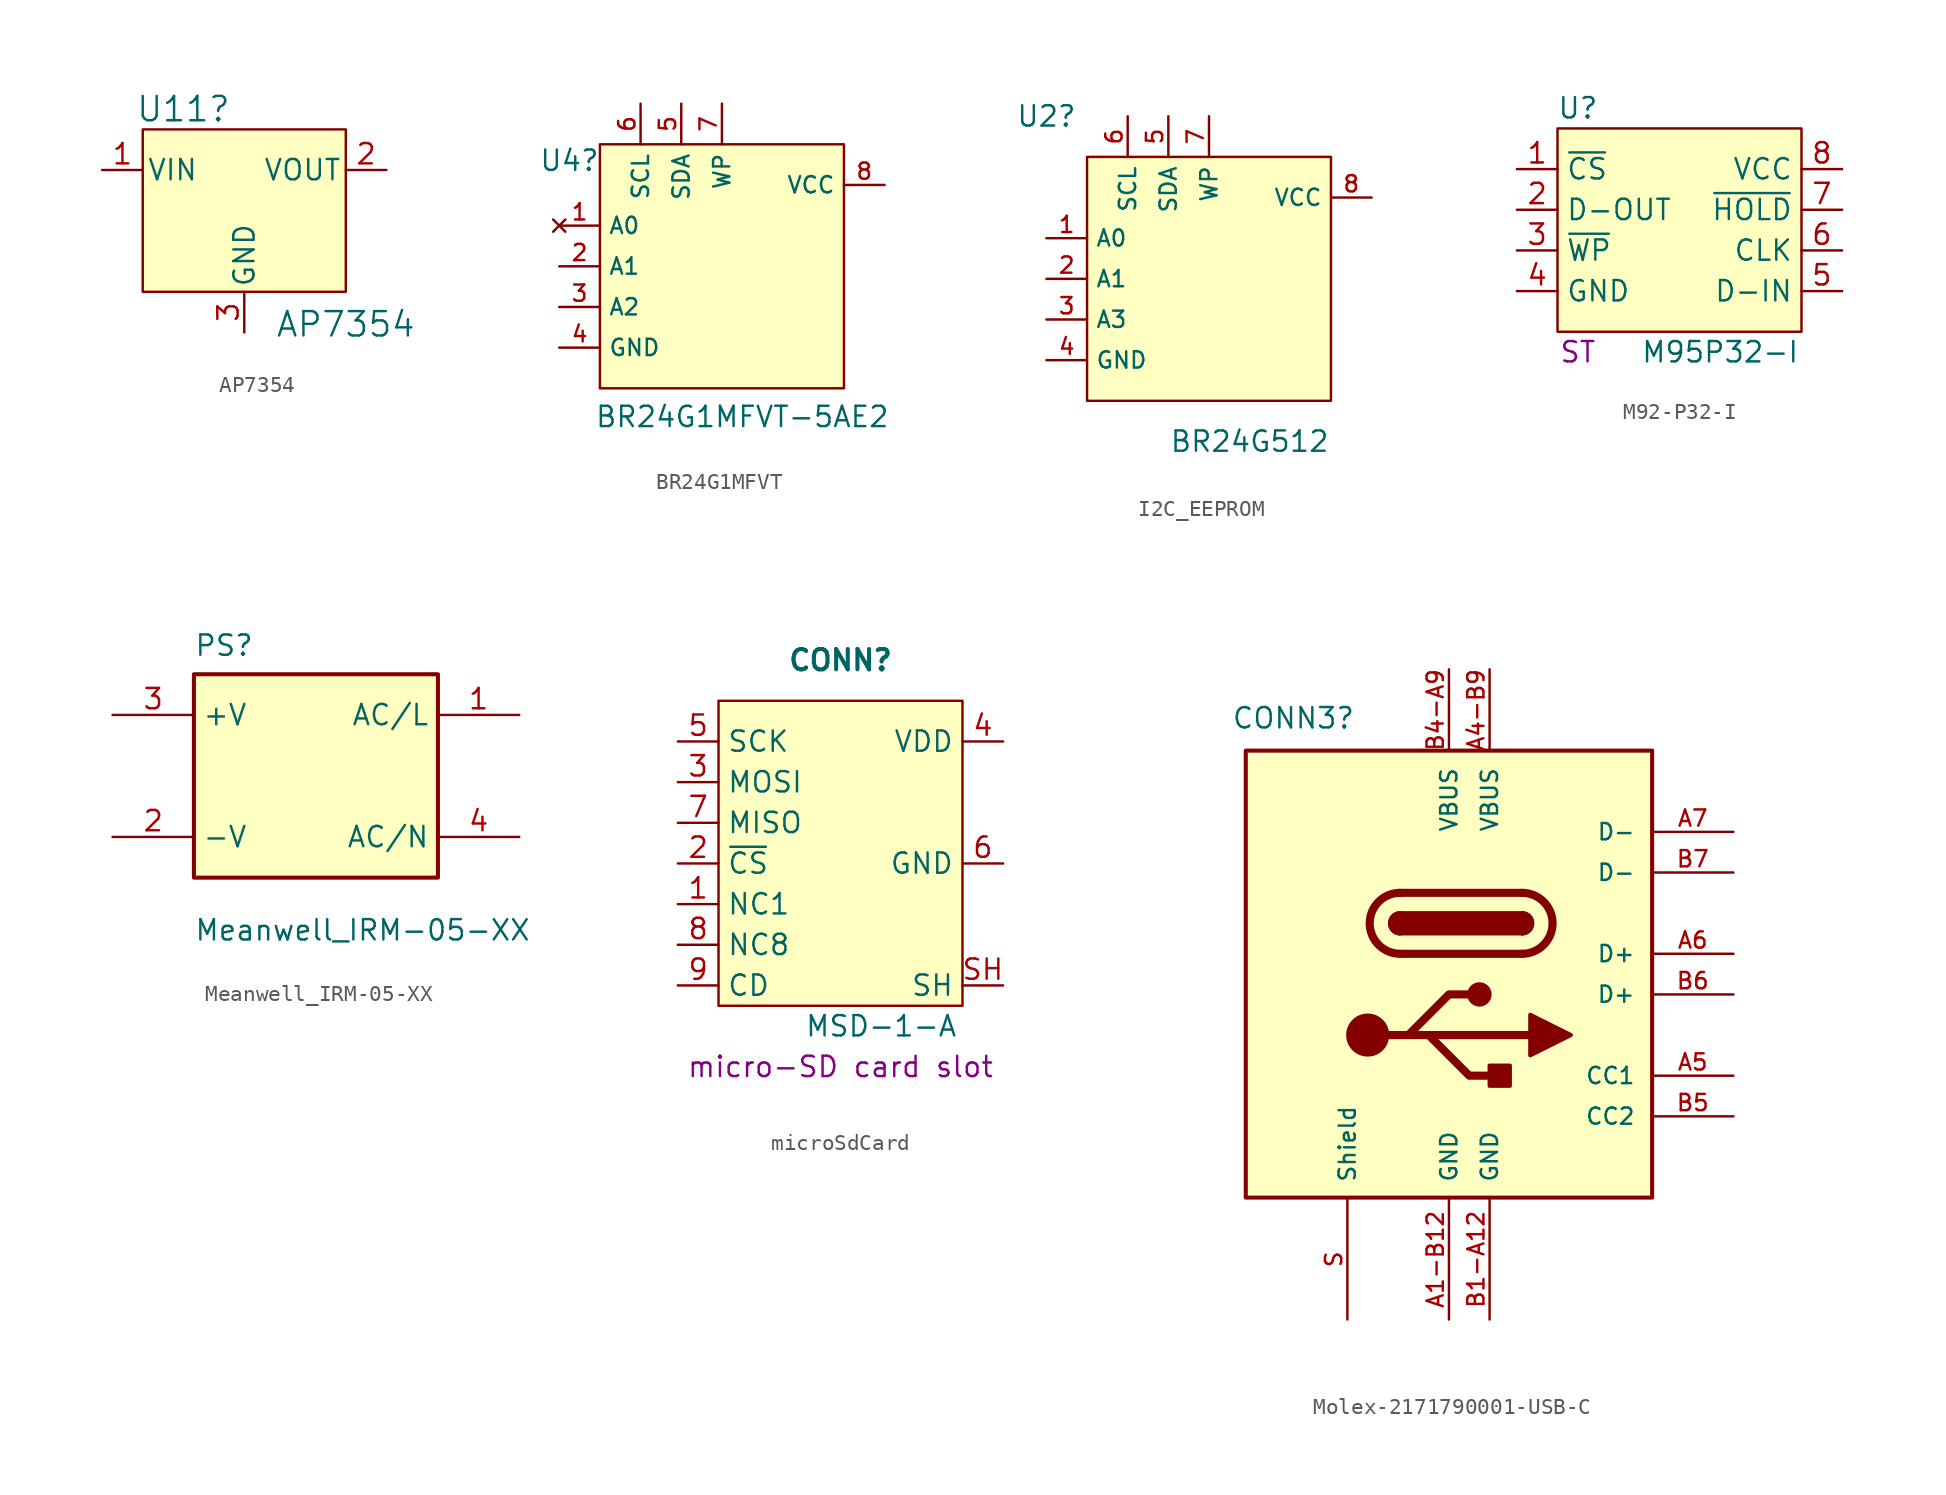
<source format=kicad_sym>
(kicad_symbol_lib
  (version 20231120)
  (generator "kicad_symbol_editor")
  (generator_version "8.0")
  (symbol "AP7354"
    (pin_names
      (offset 0.254))
    (property "Reference" "U11"
      (at -3.81 6.35 0)
      (effects (font (size 1.524 1.524))))
    (property "Value" "AP7354"
      (at 6.35 -7.112 0)
      (effects (font (size 1.524 1.524))))
    (symbol "AP7354_1_1"
      (rectangle (start -6.35 5.08) (end 6.35 -5.08) (stroke (width 0) (type default)) (fill (type background)))
      (pin power_in line (at -8.89 2.54 0) (length 2.54) (name "VIN" (effects (font (size 1.27 1.27)))) (number "1" (effects (font (size 1.27 1.27)))))
      (pin power_out line (at 8.89 2.54 180) (length 2.54) (name "VOUT" (effects (font (size 1.27 1.27)))) (number "2" (effects (font (size 1.27 1.27)))))
      (pin power_in line (at 0 -7.62 90) (length 2.54) (name "GND" (effects (font (size 1.27 1.27)))) (number "3" (effects (font (size 1.27 1.27)))))))
  (symbol "BR24G1MFVT"
    (property "Reference" "U4"
      (at -9.525 6.604 0)
      (effects (font (size 1.27 1.27))))
    (property "Value" "BR24G1MFVT-5AE2"
      (at 1.27 -9.398 0)
      (effects (font (size 1.27 1.27))))
    (symbol "BR24G1MFVT_0_1"
      (rectangle (start -7.62 7.62) (end 7.62 -7.62) (stroke (width 0) (type default)) (fill (type background))))
    (symbol "BR24G1MFVT_1_1"
      (pin no_connect line (at -10.16 2.54 0) (length 2.54) (name "A0" (effects (font (size 1.016 1.016)))) (number "1" (effects (font (size 1.016 1.016)))))
      (pin input line (at -10.16 0 0) (length 2.54) (name "A1" (effects (font (size 1.016 1.016)))) (number "2" (effects (font (size 1.016 1.016)))))
      (pin input line (at -10.16 -2.54 0) (length 2.54) (name "A2" (effects (font (size 1.016 1.016)))) (number "3" (effects (font (size 1.016 1.016)))))
      (pin power_in line (at -10.16 -5.08 0) (length 2.54) (name "GND" (effects (font (size 1.016 1.016)))) (number "4" (effects (font (size 1.016 1.016)))))
      (pin input line (at -2.54 10.16 270) (length 2.54) (name "SDA" (effects (font (size 1.016 1.016)))) (number "5" (effects (font (size 1.016 1.016)))))
      (pin input line (at -5.08 10.16 270) (length 2.54) (name "SCL" (effects (font (size 1.016 1.016)))) (number "6" (effects (font (size 1.016 1.016)))))
      (pin input line (at 0 10.16 270) (length 2.54) (name "WP" (effects (font (size 1.016 1.016)))) (number "7" (effects (font (size 1.016 1.016)))))
      (pin power_in line (at 10.16 5.08 180) (length 2.54) (name "VCC" (effects (font (size 1.016 1.016)))) (number "8" (effects (font (size 1.016 1.016)))))))
  (symbol "I2C_EEPROM"
    (property "Reference" "U2"
      (at -10.16 10.16 0)
      (effects (font (size 1.27 1.27))))
    (property "Value" "BR24G512"
      (at 2.54 -10.16 0)
      (effects (font (size 1.27 1.27))))
    (symbol "I2C_EEPROM_0_1"
      (rectangle (start -7.62 7.62) (end 7.62 -7.62) (stroke (width 0) (type default)) (fill (type background))))
    (symbol "I2C_EEPROM_1_1"
      (pin input line (at -10.16 2.54 0) (length 2.54) (name "A0" (effects (font (size 1.016 1.016)))) (number "1" (effects (font (size 1.016 1.016)))))
      (pin input line (at -10.16 0 0) (length 2.54) (name "A1" (effects (font (size 1.016 1.016)))) (number "2" (effects (font (size 1.016 1.016)))))
      (pin input line (at -10.16 -2.54 0) (length 2.54) (name "A3" (effects (font (size 1.016 1.016)))) (number "3" (effects (font (size 1.016 1.016)))))
      (pin power_in line (at -10.16 -5.08 0) (length 2.54) (name "GND" (effects (font (size 1.016 1.016)))) (number "4" (effects (font (size 1.016 1.016)))))
      (pin input line (at -2.54 10.16 270) (length 2.54) (name "SDA" (effects (font (size 1.016 1.016)))) (number "5" (effects (font (size 1.016 1.016)))))
      (pin input line (at -5.08 10.16 270) (length 2.54) (name "SCL" (effects (font (size 1.016 1.016)))) (number "6" (effects (font (size 1.016 1.016)))))
      (pin input line (at 0 10.16 270) (length 2.54) (name "WP" (effects (font (size 1.016 1.016)))) (number "7" (effects (font (size 1.016 1.016)))))
      (pin power_in line (at 10.16 5.08 180) (length 2.54) (name "VCC" (effects (font (size 1.016 1.016)))) (number "8" (effects (font (size 1.016 1.016)))))))
  (symbol "M92-P32-I"
    (property "Reference" "U"
      (at -6.35 7.62 0)
      (effects (font (size 1.27 1.27))))
    (property "Value" "M95P32-I"
      (at 2.54 -7.62 0)
      (effects (font (size 1.27 1.27))))
    (property "manufacturerName" "ST"
      (at -6.35 -7.62 0)
      (effects (font (size 1.27 1.27))))
    (symbol "M92-P32-I_1_1"
      (rectangle (start -7.62 6.35) (end 7.62 -6.35) (stroke (width 0) (type default)) (fill (type background)))
      (pin input line (at -10.16 3.81 0) (length 2.54) (name "~{CS}" (effects (font (size 1.27 1.27)))) (number "1" (effects (font (size 1.27 1.27)))))
      (pin output line (at -10.16 1.27 0) (length 2.54) (name "D-OUT" (effects (font (size 1.27 1.27)))) (number "2" (effects (font (size 1.27 1.27)))))
      (pin input line (at -10.16 -1.27 0) (length 2.54) (name "~{WP}" (effects (font (size 1.27 1.27)))) (number "3" (effects (font (size 1.27 1.27)))))
      (pin power_in line (at -10.16 -3.81 0) (length 2.54) (name "GND" (effects (font (size 1.27 1.27)))) (number "4" (effects (font (size 1.27 1.27)))))
      (pin input line (at 10.16 -3.81 180) (length 2.54) (name "D-IN" (effects (font (size 1.27 1.27)))) (number "5" (effects (font (size 1.27 1.27)))))
      (pin input line (at 10.16 -1.27 180) (length 2.54) (name "CLK" (effects (font (size 1.27 1.27)))) (number "6" (effects (font (size 1.27 1.27)))))
      (pin input line (at 10.16 1.27 180) (length 2.54) (name "~{HOLD}" (effects (font (size 1.27 1.27)))) (number "7" (effects (font (size 1.27 1.27)))))
      (pin power_in line (at 10.16 3.81 180) (length 2.54) (name "VCC" (effects (font (size 1.27 1.27)))) (number "8" (effects (font (size 1.27 1.27)))))))
  (symbol "Meanwell_IRM-05-XX"
    (property "Reference" "PS"
      (at -7.62 10.16 0)
      (effects (font (size 1.27 1.27)) (justify left top)))
    (property "Value" "Meanwell_IRM-05-XX"
      (at -7.62 -7.62 0)
      (effects (font (size 1.27 1.27)) (justify left top)))
    (symbol "Meanwell_IRM-05-XX_1_1"
      (rectangle (start -7.62 7.62) (end 7.62 -5.08) (stroke (width 0.254) (type default)) (fill (type background)))
      (pin power_in line (at 12.7 5.08 180) (length 5.08) (name "AC/L" (effects (font (size 1.27 1.27)))) (number "1" (effects (font (size 1.27 1.27)))))
      (pin passive line (at -12.7 -2.54 0) (length 5.08) (name "-V" (effects (font (size 1.27 1.27)))) (number "2" (effects (font (size 1.27 1.27)))))
      (pin power_out line (at -12.7 5.08 0) (length 5.08) (name "+V" (effects (font (size 1.27 1.27)))) (number "3" (effects (font (size 1.27 1.27)))))
      (pin power_in line (at 12.7 -2.54 180) (length 5.08) (name "AC/N" (effects (font (size 1.27 1.27)))) (number "4" (effects (font (size 1.27 1.27)))))))
  (symbol "microSdCard"
    (property "Reference" "CONN"
      (at 0 12.7 0)
      (effects (font (size 1.27 1.27) (bold yes))))
    (property "Value" "MSD-1-A"
      (at 2.54 -10.16 0)
      (effects (font (size 1.27 1.27))))
    (property "Description" "micro-SD card slot"
      (at 0 -12.7 0)
      (effects (font (size 1.27 1.27))))
    (symbol "microSdCard_1_1"
      (rectangle (start -7.62 10.16) (end 7.62 -8.89) (stroke (width 0) (type default)) (fill (type background)))
      (pin input line (at -10.16 -2.54 0) (length 2.54) (name "NC1" (effects (font (size 1.27 1.27)))) (number "1" (effects (font (size 1.27 1.27)))))
      (pin input line (at -10.16 0 0) (length 2.54) (name "~{CS}" (effects (font (size 1.27 1.27)))) (number "2" (effects (font (size 1.27 1.27)))))
      (pin input line (at -10.16 5.08 0) (length 2.54) (name "MOSI" (effects (font (size 1.27 1.27)))) (number "3" (effects (font (size 1.27 1.27)))))
      (pin power_in line (at 10.16 7.62 180) (length 2.54) (name "VDD" (effects (font (size 1.27 1.27)))) (number "4" (effects (font (size 1.27 1.27)))))
      (pin input line (at -10.16 7.62 0) (length 2.54) (name "SCK" (effects (font (size 1.27 1.27)))) (number "5" (effects (font (size 1.27 1.27)))))
      (pin power_in line (at 10.16 0 180) (length 2.54) (name "GND" (effects (font (size 1.27 1.27)))) (number "6" (effects (font (size 1.27 1.27)))))
      (pin output line (at -10.16 2.54 0) (length 2.54) (name "MISO" (effects (font (size 1.27 1.27)))) (number "7" (effects (font (size 1.27 1.27)))))
      (pin input line (at -10.16 -5.08 0) (length 2.54) (name "NC8" (effects (font (size 1.27 1.27)))) (number "8" (effects (font (size 1.27 1.27)))))
      (pin output line (at -10.16 -7.62 0) (length 2.54) (name "CD" (effects (font (size 1.27 1.27)))) (number "9" (effects (font (size 1.27 1.27)))))
      (pin passive line (at 10.16 -7.62 180) (length 2.54) (name "SH" (effects (font (size 1.27 1.27)))) (number "SH" (effects (font (size 1.27 1.27)))))))
  (symbol "Molex-2171790001-USB-C"
    (pin_names
      (offset 1.016))
    (property "Reference" "CONN3"
      (at -5.842 17.272 0)
      (effects (font (size 1.27 1.27)) (justify right)))
    (symbol "Molex-2171790001-USB-C_0_0"
      (rectangle (start -12.7 15.24) (end 12.7 -12.7) (stroke (width 0.254) (type default)) (fill (type background)))
      (pin power_in line (at 0 -20.32 90) (length 7.52) (name "GND" (effects (font (size 1.016 1.016)))) (number "A1-B12" (effects (font (size 1.016 1.016)))))
      (pin bidirectional line (at 17.78 -5.08 180) (length 5.08) (name "CC1" (effects (font (size 1.016 1.016)))) (number "A5" (effects (font (size 1.016 1.016)))))
      (pin bidirectional line (at 17.78 2.54 180) (length 5.08) (name "D+" (effects (font (size 1.016 1.016)))) (number "A6" (effects (font (size 1.016 1.016)))))
      (pin bidirectional line (at 17.78 10.16 180) (length 5.08) (name "D-" (effects (font (size 1.016 1.016)))) (number "A7" (effects (font (size 1.016 1.016)))))
      (pin power_in line (at 2.54 -20.32 90) (length 7.52) (name "GND" (effects (font (size 1.016 1.016)))) (number "B1-A12" (effects (font (size 1.016 1.016)))))
      (pin bidirectional line (at 17.78 -7.62 180) (length 5.08) (name "CC2" (effects (font (size 1.016 1.016)))) (number "B5" (effects (font (size 1.016 1.016)))))
      (pin bidirectional line (at 17.78 0 180) (length 5.08) (name "D+" (effects (font (size 1.016 1.016)))) (number "B6" (effects (font (size 1.016 1.016)))))
      (pin bidirectional line (at 17.78 7.62 180) (length 5.08) (name "D-" (effects (font (size 1.016 1.016)))) (number "B7" (effects (font (size 1.016 1.016))))))
    (symbol "Molex-2171790001-USB-C_0_1"
      (arc (start -3.048 5.08) (mid -3.6803 4.445) (end -3.048 3.81) (stroke (width 0.254) (type default)) (fill (type none)))
      (arc (start -3.048 5.08) (mid -3.6803 4.445) (end -3.048 3.81) (stroke (width 0.254) (type default)) (fill (type outline)))
      (rectangle (start -3.048 5.08) (end 4.572 3.81) (stroke (width 0.254) (type default)) (fill (type outline)))
      (arc (start -3.048 6.35) (mid -4.9447 4.445) (end -3.048 2.54) (stroke (width 0.508) (type default)) (fill (type none)))
      (polyline (pts (xy -3.048 6.35) (xy 4.572 6.35)) (stroke (width 0.508) (type default)) (fill (type none)))
      (polyline (pts (xy 4.572 2.54) (xy -3.048 2.54)) (stroke (width 0.508) (type default)) (fill (type none)))
      (arc (start 4.572 2.54) (mid 6.4687 4.445) (end 4.572 6.35) (stroke (width 0.508) (type default)) (fill (type none)))
      (arc (start 4.572 3.81) (mid 5.204 4.445) (end 4.572 5.08) (stroke (width 0.254) (type default)) (fill (type none)))
      (arc (start 4.572 3.81) (mid 5.204 4.445) (end 4.572 5.08) (stroke (width 0.254) (type default)) (fill (type outline))))
    (symbol "Molex-2171790001-USB-C_1_0"
      (pin passive line (at 2.54 20.32 270) (length 5.08) (name "VBUS" (effects (font (size 1.016 1.016)))) (number "A4-B9" (effects (font (size 1.016 1.016)))))
      (pin no_connect line (at -17.78 -7.62 0) (length 5.08) hide (name "SBU1" (effects (font (size 1.016 1.016)))) (number "A8" (effects (font (size 1.016 1.016)))))
      (pin power_out line (at 0 20.32 270) (length 5.08) (name "VBUS" (effects (font (size 1.016 1.016)))) (number "B4-A9" (effects (font (size 1.016 1.016)))))
      (pin no_connect line (at -17.78 -10.16 0) (length 5.08) hide (name "SBU2" (effects (font (size 1.016 1.016)))) (number "B8" (effects (font (size 1.016 1.016)))))
      (pin passive line (at -6.35 -20.32 90) (length 7.52) (name "Shield" (effects (font (size 1.016 1.016)))) (number "S" (effects (font (size 1.016 1.016))))))
    (symbol "Molex-2171790001-USB-C_1_1"
      (circle (center -5.08 -2.54) (radius 1.27) (stroke (width 0) (type default)) (fill (type outline)))
      (polyline (pts (xy -5.08 -2.54) (xy 5.08 -2.54)) (stroke (width 0.508) (type default)) (fill (type none)))
      (polyline (pts (xy -2.54 -2.54) (xy 0 0) (xy 1.27 0)) (stroke (width 0.508) (type default)) (fill (type none)))
      (polyline (pts (xy -1.27 -2.54) (xy 1.27 -5.08) (xy 2.54 -5.08)) (stroke (width 0.508) (type default)) (fill (type none)))
      (polyline (pts (xy 5.08 -1.27) (xy 7.62 -2.54) (xy 5.08 -3.81) (xy 5.08 -1.27)) (stroke (width 0.254) (type default)) (fill (type outline)))
      (circle (center 1.905 0) (radius 0.635) (stroke (width 0.254) (type default)) (fill (type outline)))
      (rectangle (start 2.54 -4.445) (end 3.81 -5.715) (stroke (width 0.254) (type default)) (fill (type outline))))))
</source>
